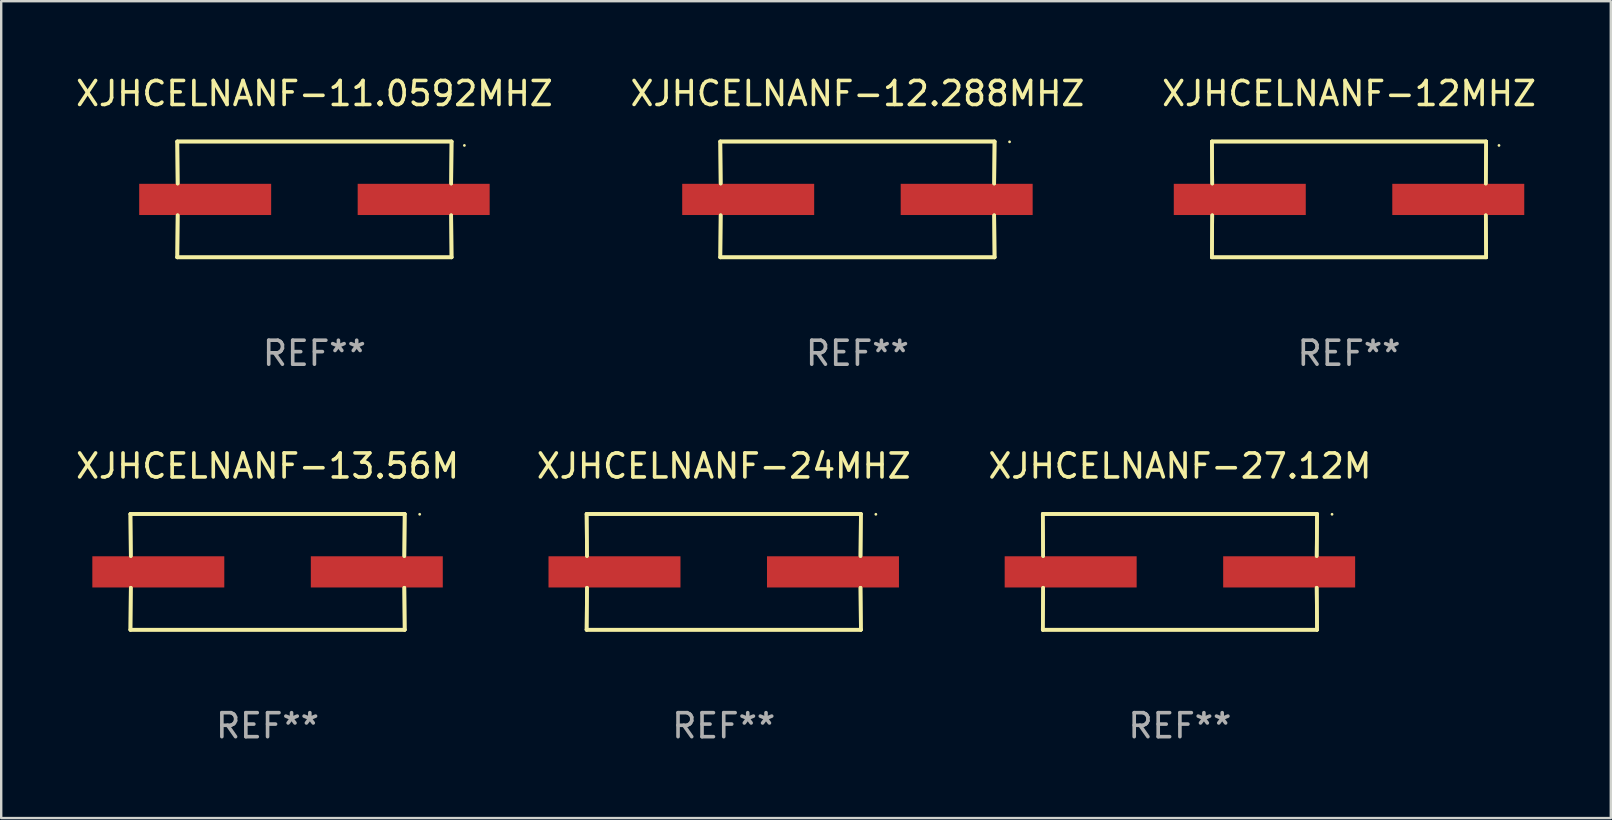
<source format=kicad_pcb>
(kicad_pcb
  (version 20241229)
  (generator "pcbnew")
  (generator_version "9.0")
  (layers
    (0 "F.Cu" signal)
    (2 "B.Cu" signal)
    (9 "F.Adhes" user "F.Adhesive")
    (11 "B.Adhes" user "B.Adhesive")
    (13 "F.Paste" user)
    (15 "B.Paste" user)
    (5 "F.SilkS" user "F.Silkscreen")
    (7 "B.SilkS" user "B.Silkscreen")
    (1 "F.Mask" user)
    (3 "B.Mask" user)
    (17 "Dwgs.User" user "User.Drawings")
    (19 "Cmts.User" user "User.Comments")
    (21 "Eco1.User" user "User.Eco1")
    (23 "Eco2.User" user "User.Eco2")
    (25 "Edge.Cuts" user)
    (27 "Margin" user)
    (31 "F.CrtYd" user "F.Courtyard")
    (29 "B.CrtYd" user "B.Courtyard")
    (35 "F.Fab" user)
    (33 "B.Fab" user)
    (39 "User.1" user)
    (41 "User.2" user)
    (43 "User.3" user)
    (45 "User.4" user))
  (footprint "XJHCELNANF-13.56M"
    (layer "F.Cu")
    (at 8.101 20.784)
    (property "Reference" "XJHCELNANF-13.56M" (at 0 -4.413 0) (layer "F.SilkS") (effects (font (size 1 1) (thickness 0.15))))
    (attr through_hole)
    (fp_line (start -5.715 -2.413) (end -5.7 -0.662) (stroke (width 0.152) (type solid)) (layer "F.SilkS"))
    (fp_line (start -5.715 -2.413) (end -5.7 -0.662) (stroke (width 0.152) (type solid)) (layer "F.SilkS"))
    (fp_line (start -5.715 2.413) (end 5.715 2.413) (stroke (width 0.152) (type solid)) (layer "F.SilkS"))
    (fp_line (start -5.715 2.413) (end 5.715 2.413) (stroke (width 0.152) (type solid)) (layer "F.SilkS"))
    (fp_line (start -5.7 0.662) (end -5.715 2.413) (stroke (width 0.152) (type solid)) (layer "F.SilkS"))
    (fp_line (start -5.7 0.662) (end -5.715 2.413) (stroke (width 0.152) (type solid)) (layer "F.SilkS"))
    (fp_line (start 5.7 -0.662) (end 5.715 -2.413) (stroke (width 0.152) (type solid)) (layer "F.SilkS"))
    (fp_line (start 5.7 -0.662) (end 5.715 -2.413) (stroke (width 0.152) (type solid)) (layer "F.SilkS"))
    (fp_line (start 5.715 -2.413) (end -5.715 -2.413) (stroke (width 0.152) (type solid)) (layer "F.SilkS"))
    (fp_line (start 5.715 -2.413) (end -5.715 -2.413) (stroke (width 0.152) (type solid)) (layer "F.SilkS"))
    (fp_line (start 5.715 2.413) (end 5.7 0.662) (stroke (width 0.152) (type solid)) (layer "F.SilkS"))
    (fp_line (start 5.715 2.413) (end 5.7 0.662) (stroke (width 0.152) (type solid)) (layer "F.SilkS"))
    (fp_circle (center 6.34 -2.4) (end 6.37 -2.4) (stroke (width 0.06) (type solid)) (fill no) (layer "F.SilkS"))
    (fp_text user "REF**" (at 0 6.413 0) (layer "F.Fab") (effects (font (size 1 1) (thickness 0.15))))
    (pad "1" smd rect (at 4.553 0) (size 5.5 1.3) (layers "F.Cu" "F.Mask" "F.Paste"))
    (pad "2" smd rect (at -4.553 0) (size 5.5 1.3) (layers "F.Cu" "F.Mask" "F.Paste")))
  (footprint "XJHCELNANF-24MHZ"
    (layer "F.Cu")
    (at 27.113 20.784)
    (property "Reference" "XJHCELNANF-24MHZ" (at 0 -4.413 0) (layer "F.SilkS") (effects (font (size 1 1) (thickness 0.15))))
    (attr through_hole)
    (fp_line (start -5.715 -2.413) (end -5.7 -0.662) (stroke (width 0.152) (type solid)) (layer "F.SilkS"))
    (fp_line (start -5.715 -2.413) (end -5.7 -0.662) (stroke (width 0.152) (type solid)) (layer "F.SilkS"))
    (fp_line (start -5.715 2.413) (end 5.715 2.413) (stroke (width 0.152) (type solid)) (layer "F.SilkS"))
    (fp_line (start -5.715 2.413) (end 5.715 2.413) (stroke (width 0.152) (type solid)) (layer "F.SilkS"))
    (fp_line (start -5.7 0.662) (end -5.715 2.413) (stroke (width 0.152) (type solid)) (layer "F.SilkS"))
    (fp_line (start -5.7 0.662) (end -5.715 2.413) (stroke (width 0.152) (type solid)) (layer "F.SilkS"))
    (fp_line (start 5.7 -0.662) (end 5.715 -2.413) (stroke (width 0.152) (type solid)) (layer "F.SilkS"))
    (fp_line (start 5.7 -0.662) (end 5.715 -2.413) (stroke (width 0.152) (type solid)) (layer "F.SilkS"))
    (fp_line (start 5.715 -2.413) (end -5.715 -2.413) (stroke (width 0.152) (type solid)) (layer "F.SilkS"))
    (fp_line (start 5.715 -2.413) (end -5.715 -2.413) (stroke (width 0.152) (type solid)) (layer "F.SilkS"))
    (fp_line (start 5.715 2.413) (end 5.7 0.662) (stroke (width 0.152) (type solid)) (layer "F.SilkS"))
    (fp_line (start 5.715 2.413) (end 5.7 0.662) (stroke (width 0.152) (type solid)) (layer "F.SilkS"))
    (fp_circle (center 6.34 -2.4) (end 6.37 -2.4) (stroke (width 0.06) (type solid)) (fill no) (layer "F.SilkS"))
    (fp_text user "REF**" (at 0 6.413 0) (layer "F.Fab") (effects (font (size 1 1) (thickness 0.15))))
    (pad "1" smd rect (at 4.553 0) (size 5.5 1.3) (layers "F.Cu" "F.Mask" "F.Paste"))
    (pad "2" smd rect (at -4.553 0) (size 5.5 1.3) (layers "F.Cu" "F.Mask" "F.Paste")))
  (footprint "XJHCELNANF-11.0592MHZ"
    (layer "F.Cu")
    (at 10.054 5.261)
    (property "Reference" "XJHCELNANF-11.0592MHZ" (at 0 -4.413 0) (layer "F.SilkS") (effects (font (size 1 1) (thickness 0.15))))
    (attr through_hole)
    (fp_line (start -5.715 -2.413) (end -5.7 -0.662) (stroke (width 0.152) (type solid)) (layer "F.SilkS"))
    (fp_line (start -5.715 -2.413) (end -5.7 -0.662) (stroke (width 0.152) (type solid)) (layer "F.SilkS"))
    (fp_line (start -5.715 2.413) (end 5.715 2.413) (stroke (width 0.152) (type solid)) (layer "F.SilkS"))
    (fp_line (start -5.715 2.413) (end 5.715 2.413) (stroke (width 0.152) (type solid)) (layer "F.SilkS"))
    (fp_line (start -5.7 0.662) (end -5.715 2.413) (stroke (width 0.152) (type solid)) (layer "F.SilkS"))
    (fp_line (start -5.7 0.662) (end -5.715 2.413) (stroke (width 0.152) (type solid)) (layer "F.SilkS"))
    (fp_line (start 5.7 -0.662) (end 5.715 -2.413) (stroke (width 0.152) (type solid)) (layer "F.SilkS"))
    (fp_line (start 5.7 -0.662) (end 5.715 -2.413) (stroke (width 0.152) (type solid)) (layer "F.SilkS"))
    (fp_line (start 5.715 -2.413) (end -5.715 -2.413) (stroke (width 0.152) (type solid)) (layer "F.SilkS"))
    (fp_line (start 5.715 -2.413) (end -5.715 -2.413) (stroke (width 0.152) (type solid)) (layer "F.SilkS"))
    (fp_line (start 5.715 2.413) (end 5.7 0.662) (stroke (width 0.152) (type solid)) (layer "F.SilkS"))
    (fp_line (start 5.715 2.413) (end 5.7 0.662) (stroke (width 0.152) (type solid)) (layer "F.SilkS"))
    (fp_circle (center 6.25 -2.25) (end 6.28 -2.25) (stroke (width 0.06) (type solid)) (fill no) (layer "F.SilkS"))
    (fp_text user "REF**" (at 0 6.413 0) (layer "F.Fab") (effects (font (size 1 1) (thickness 0.15))))
    (pad "1" smd rect (at 4.553 0.000127) (size 5.5 1.3) (layers "F.Cu" "F.Mask" "F.Paste"))
    (pad "2" smd rect (at -4.553 0.000127) (size 5.5 1.3) (layers "F.Cu" "F.Mask" "F.Paste")))
  (footprint "XJHCELNANF-12.288MHZ"
    (layer "F.Cu")
    (at 32.685 5.261)
    (property "Reference" "XJHCELNANF-12.288MHZ" (at 0 -4.413 0) (layer "F.SilkS") (effects (font (size 1 1) (thickness 0.15))))
    (attr through_hole)
    (fp_line (start -5.715 -2.413) (end -5.7 -0.662) (stroke (width 0.152) (type solid)) (layer "F.SilkS"))
    (fp_line (start -5.715 -2.413) (end -5.7 -0.662) (stroke (width 0.152) (type solid)) (layer "F.SilkS"))
    (fp_line (start -5.715 2.413) (end 5.715 2.413) (stroke (width 0.152) (type solid)) (layer "F.SilkS"))
    (fp_line (start -5.715 2.413) (end 5.715 2.413) (stroke (width 0.152) (type solid)) (layer "F.SilkS"))
    (fp_line (start -5.7 0.662) (end -5.715 2.413) (stroke (width 0.152) (type solid)) (layer "F.SilkS"))
    (fp_line (start -5.7 0.662) (end -5.715 2.413) (stroke (width 0.152) (type solid)) (layer "F.SilkS"))
    (fp_line (start 5.7 -0.662) (end 5.715 -2.413) (stroke (width 0.152) (type solid)) (layer "F.SilkS"))
    (fp_line (start 5.7 -0.662) (end 5.715 -2.413) (stroke (width 0.152) (type solid)) (layer "F.SilkS"))
    (fp_line (start 5.715 -2.413) (end -5.715 -2.413) (stroke (width 0.152) (type solid)) (layer "F.SilkS"))
    (fp_line (start 5.715 -2.413) (end -5.715 -2.413) (stroke (width 0.152) (type solid)) (layer "F.SilkS"))
    (fp_line (start 5.715 2.413) (end 5.7 0.662) (stroke (width 0.152) (type solid)) (layer "F.SilkS"))
    (fp_line (start 5.715 2.413) (end 5.7 0.662) (stroke (width 0.152) (type solid)) (layer "F.SilkS"))
    (fp_circle (center 6.34 -2.4) (end 6.37 -2.4) (stroke (width 0.06) (type solid)) (fill no) (layer "F.SilkS"))
    (fp_text user "REF**" (at 0 6.413 0) (layer "F.Fab") (effects (font (size 1 1) (thickness 0.15))))
    (pad "1" smd rect (at 4.553 0) (size 5.5 1.3) (layers "F.Cu" "F.Mask" "F.Paste"))
    (pad "2" smd rect (at -4.553 0) (size 5.5 1.3) (layers "F.Cu" "F.Mask" "F.Paste")))
  (footprint "XJHCELNANF-12MHZ"
    (layer "F.Cu")
    (at 53.173 5.261)
    (property "Reference" "XJHCELNANF-12MHZ" (at 0 -4.413 0) (layer "F.SilkS") (effects (font (size 1 1) (thickness 0.15))))
    (attr through_hole)
    (fp_line (start -5.715 -2.413) (end -5.7 -0.662) (stroke (width 0.152) (type solid)) (layer "F.SilkS"))
    (fp_line (start -5.715 -2.413) (end -5.7 -0.662) (stroke (width 0.152) (type solid)) (layer "F.SilkS"))
    (fp_line (start -5.715 2.413) (end 5.715 2.413) (stroke (width 0.152) (type solid)) (layer "F.SilkS"))
    (fp_line (start -5.715 2.413) (end 5.715 2.413) (stroke (width 0.152) (type solid)) (layer "F.SilkS"))
    (fp_line (start -5.7 0.662) (end -5.715 2.413) (stroke (width 0.152) (type solid)) (layer "F.SilkS"))
    (fp_line (start -5.7 0.662) (end -5.715 2.413) (stroke (width 0.152) (type solid)) (layer "F.SilkS"))
    (fp_line (start 5.7 -0.662) (end 5.715 -2.413) (stroke (width 0.152) (type solid)) (layer "F.SilkS"))
    (fp_line (start 5.7 -0.662) (end 5.715 -2.413) (stroke (width 0.152) (type solid)) (layer "F.SilkS"))
    (fp_line (start 5.715 -2.413) (end -5.715 -2.413) (stroke (width 0.152) (type solid)) (layer "F.SilkS"))
    (fp_line (start 5.715 -2.413) (end -5.715 -2.413) (stroke (width 0.152) (type solid)) (layer "F.SilkS"))
    (fp_line (start 5.715 2.413) (end 5.7 0.662) (stroke (width 0.152) (type solid)) (layer "F.SilkS"))
    (fp_line (start 5.715 2.413) (end 5.7 0.662) (stroke (width 0.152) (type solid)) (layer "F.SilkS"))
    (fp_circle (center 6.25 -2.25) (end 6.28 -2.25) (stroke (width 0.06) (type solid)) (fill no) (layer "F.SilkS"))
    (fp_text user "REF**" (at 0 6.413 0) (layer "F.Fab") (effects (font (size 1 1) (thickness 0.15))))
    (pad "1" smd rect (at 4.553 0.000127) (size 5.5 1.3) (layers "F.Cu" "F.Mask" "F.Paste"))
    (pad "2" smd rect (at -4.553 0.000127) (size 5.5 1.3) (layers "F.Cu" "F.Mask" "F.Paste")))
  (footprint "XJHCELNANF-27.12M"
    (layer "F.Cu")
    (at 46.125 20.784)
    (property "Reference" "XJHCELNANF-27.12M" (at 0 -4.413 0) (layer "F.SilkS") (effects (font (size 1 1) (thickness 0.15))))
    (attr through_hole)
    (fp_line (start -5.715 -2.413) (end -5.7 -0.662) (stroke (width 0.152) (type solid)) (layer "F.SilkS"))
    (fp_line (start -5.715 -2.413) (end -5.7 -0.662) (stroke (width 0.152) (type solid)) (layer "F.SilkS"))
    (fp_line (start -5.715 2.413) (end 5.715 2.413) (stroke (width 0.152) (type solid)) (layer "F.SilkS"))
    (fp_line (start -5.715 2.413) (end 5.715 2.413) (stroke (width 0.152) (type solid)) (layer "F.SilkS"))
    (fp_line (start -5.7 0.662) (end -5.715 2.413) (stroke (width 0.152) (type solid)) (layer "F.SilkS"))
    (fp_line (start -5.7 0.662) (end -5.715 2.413) (stroke (width 0.152) (type solid)) (layer "F.SilkS"))
    (fp_line (start 5.7 -0.662) (end 5.715 -2.413) (stroke (width 0.152) (type solid)) (layer "F.SilkS"))
    (fp_line (start 5.7 -0.662) (end 5.715 -2.413) (stroke (width 0.152) (type solid)) (layer "F.SilkS"))
    (fp_line (start 5.715 -2.413) (end -5.715 -2.413) (stroke (width 0.152) (type solid)) (layer "F.SilkS"))
    (fp_line (start 5.715 -2.413) (end -5.715 -2.413) (stroke (width 0.152) (type solid)) (layer "F.SilkS"))
    (fp_line (start 5.715 2.413) (end 5.7 0.662) (stroke (width 0.152) (type solid)) (layer "F.SilkS"))
    (fp_line (start 5.715 2.413) (end 5.7 0.662) (stroke (width 0.152) (type solid)) (layer "F.SilkS"))
    (fp_circle (center 6.34 -2.4) (end 6.37 -2.4) (stroke (width 0.06) (type solid)) (fill no) (layer "F.SilkS"))
    (fp_text user "REF**" (at 0 6.413 0) (layer "F.Fab") (effects (font (size 1 1) (thickness 0.15))))
    (pad "1" smd rect (at 4.553 0) (size 5.5 1.3) (layers "F.Cu" "F.Mask" "F.Paste"))
    (pad "2" smd rect (at -4.553 0) (size 5.5 1.3) (layers "F.Cu" "F.Mask" "F.Paste")))
  (gr_rect
    (start -3 -3)
    (end 64.083 31.045)
    (stroke (width 0.1) (type default))
    (fill no)
    (layer "Edge.Cuts")))
</source>
